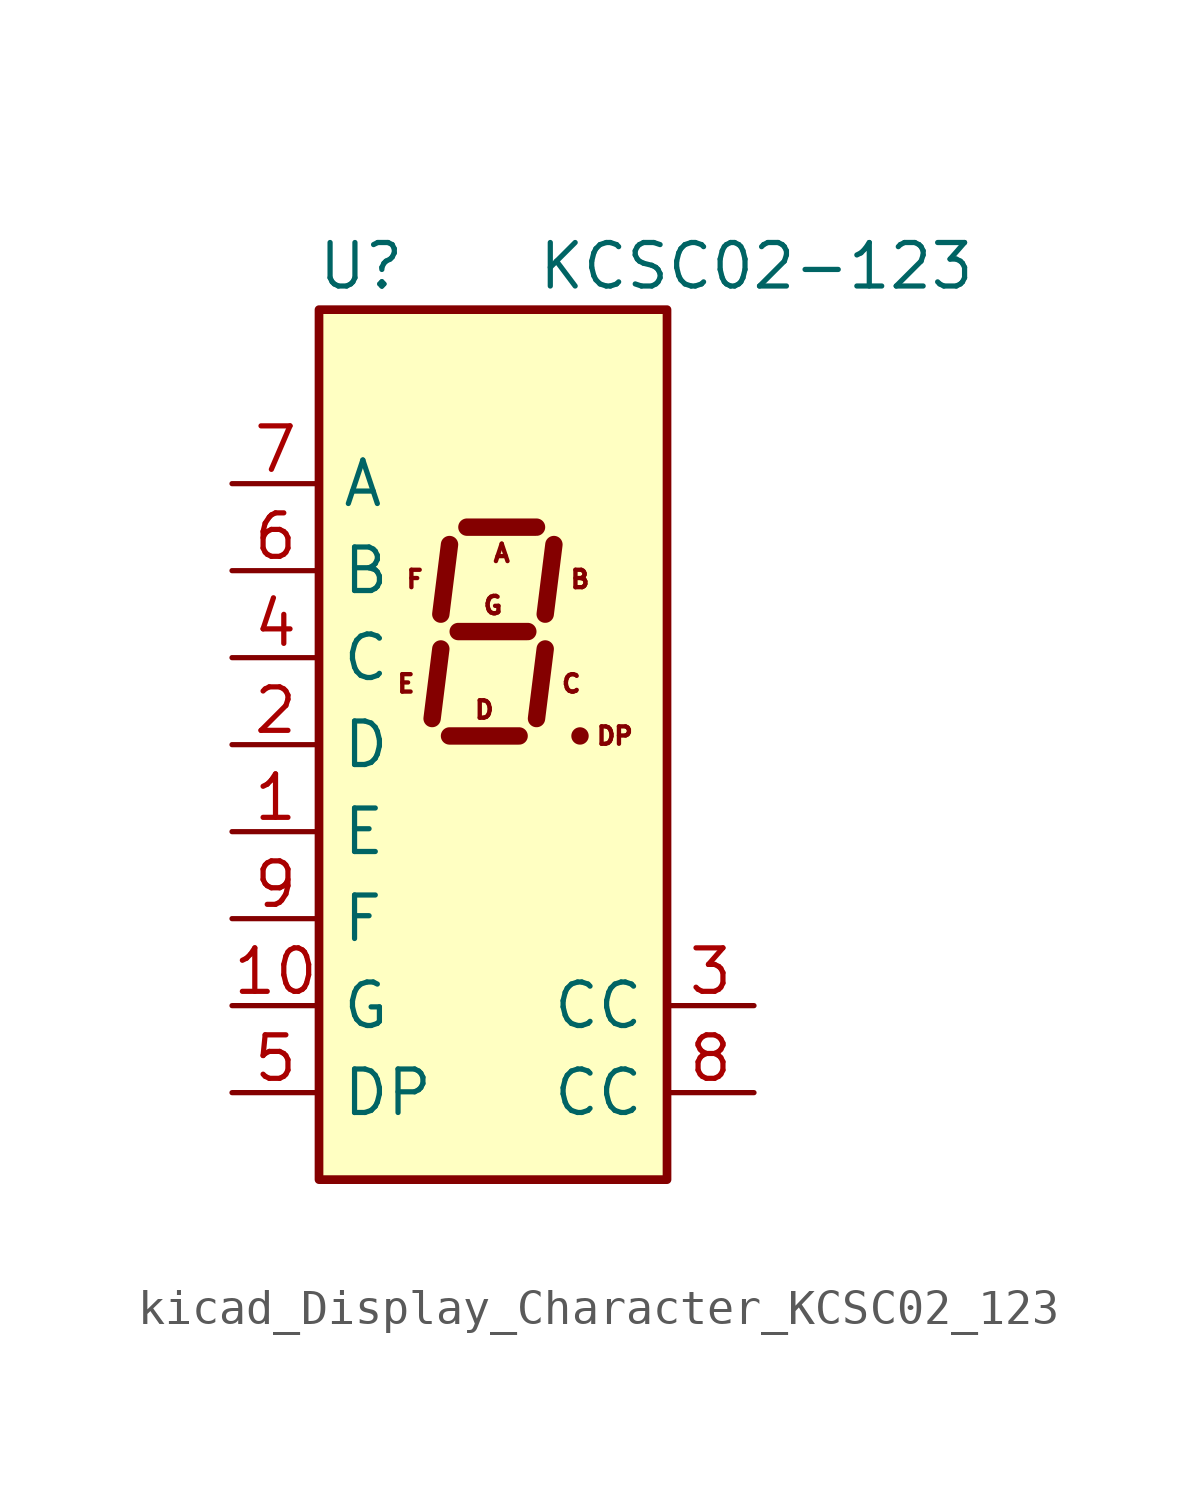
<source format=kicad_sym>
(kicad_symbol_lib
  (version 20220914)
  (generator kicad_symbol_editor)
  (symbol "kicad_Display_Character_KCSC02_123"
    (pin_names
      (offset 0.635))
    (property "Reference" "U"
      (at -2.54 13.97 0)
      (effects (font (size 1.27 1.27)) (justify right)))
    (property "Value" "KCSC02-123"
      (at 1.27 13.97 0)
      (effects (font (size 1.27 1.27)) (justify left)))
    (symbol "kicad_Display_Character_KCSC02_123_0_0"
      (text "A" (at 0.254 5.588 0) (effects (font (size 0.508 0.508))))
      (text "B" (at 2.54 4.826 0) (effects (font (size 0.508 0.508))))
      (text "C" (at 2.286 1.778 0) (effects (font (size 0.508 0.508))))
      (text "D" (at -0.254 1.016 0) (effects (font (size 0.508 0.508))))
      (text "DP" (at 3.556 0.254 0) (effects (font (size 0.508 0.508))))
      (text "E" (at -2.54 1.778 0) (effects (font (size 0.508 0.508))))
      (text "F" (at -2.286 4.826 0) (effects (font (size 0.508 0.508))))
      (text "G" (at 0 4.064 0) (effects (font (size 0.508 0.508)))))
    (symbol "kicad_Display_Character_KCSC02_123_0_1"
      (rectangle (start -5.08 12.7) (end 5.08 -12.7) (stroke (width 0.254) (type default)) (fill (type background)))
      (polyline (pts (xy -1.524 2.794) (xy -1.778 0.762)) (stroke (width 0.508) (type default)) (fill (type none)))
      (polyline (pts (xy -1.27 0.254) (xy 0.762 0.254)) (stroke (width 0.508) (type default)) (fill (type none)))
      (polyline (pts (xy -1.27 5.842) (xy -1.524 3.81)) (stroke (width 0.508) (type default)) (fill (type none)))
      (polyline (pts (xy -1.016 3.302) (xy 1.016 3.302)) (stroke (width 0.508) (type default)) (fill (type none)))
      (polyline (pts (xy -0.762 6.35) (xy 1.27 6.35)) (stroke (width 0.508) (type default)) (fill (type none)))
      (polyline (pts (xy 1.524 2.794) (xy 1.27 0.762)) (stroke (width 0.508) (type default)) (fill (type none)))
      (polyline (pts (xy 1.778 5.842) (xy 1.524 3.81)) (stroke (width 0.508) (type default)) (fill (type none)))
      (polyline (pts (xy 2.54 0.254) (xy 2.54 0.254)) (stroke (width 0.508) (type default)) (fill (type none))))
    (symbol "kicad_Display_Character_KCSC02_123_1_1"
      (pin input line (at -7.62 -2.54 0) (length 2.54) (name "E" (effects (font (size 1.27 1.27)))) (number "1" (effects (font (size 1.27 1.27)))))
      (pin input line (at -7.62 -7.62 0) (length 2.54) (name "G" (effects (font (size 1.27 1.27)))) (number "10" (effects (font (size 1.27 1.27)))))
      (pin input line (at -7.62 0 0) (length 2.54) (name "D" (effects (font (size 1.27 1.27)))) (number "2" (effects (font (size 1.27 1.27)))))
      (pin input line (at 7.62 -7.62 180) (length 2.54) (name "CC" (effects (font (size 1.27 1.27)))) (number "3" (effects (font (size 1.27 1.27)))))
      (pin input line (at -7.62 2.54 0) (length 2.54) (name "C" (effects (font (size 1.27 1.27)))) (number "4" (effects (font (size 1.27 1.27)))))
      (pin input line (at -7.62 -10.16 0) (length 2.54) (name "DP" (effects (font (size 1.27 1.27)))) (number "5" (effects (font (size 1.27 1.27)))))
      (pin input line (at -7.62 5.08 0) (length 2.54) (name "B" (effects (font (size 1.27 1.27)))) (number "6" (effects (font (size 1.27 1.27)))))
      (pin input line (at -7.62 7.62 0) (length 2.54) (name "A" (effects (font (size 1.27 1.27)))) (number "7" (effects (font (size 1.27 1.27)))))
      (pin input line (at 7.62 -10.16 180) (length 2.54) (name "CC" (effects (font (size 1.27 1.27)))) (number "8" (effects (font (size 1.27 1.27)))))
      (pin input line (at -7.62 -5.08 0) (length 2.54) (name "F" (effects (font (size 1.27 1.27)))) (number "9" (effects (font (size 1.27 1.27))))))))
</source>
